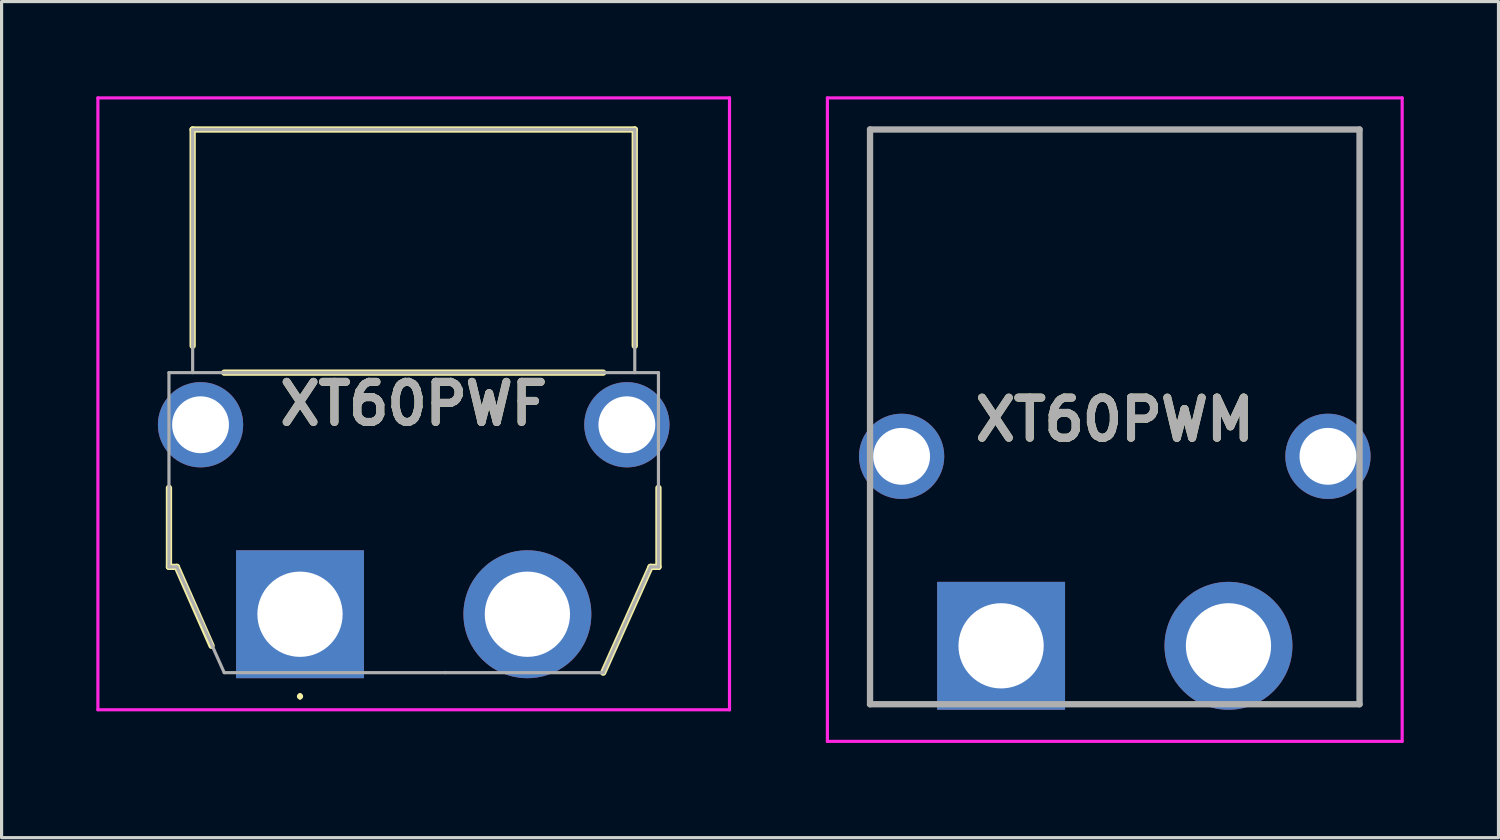
<source format=kicad_pcb>
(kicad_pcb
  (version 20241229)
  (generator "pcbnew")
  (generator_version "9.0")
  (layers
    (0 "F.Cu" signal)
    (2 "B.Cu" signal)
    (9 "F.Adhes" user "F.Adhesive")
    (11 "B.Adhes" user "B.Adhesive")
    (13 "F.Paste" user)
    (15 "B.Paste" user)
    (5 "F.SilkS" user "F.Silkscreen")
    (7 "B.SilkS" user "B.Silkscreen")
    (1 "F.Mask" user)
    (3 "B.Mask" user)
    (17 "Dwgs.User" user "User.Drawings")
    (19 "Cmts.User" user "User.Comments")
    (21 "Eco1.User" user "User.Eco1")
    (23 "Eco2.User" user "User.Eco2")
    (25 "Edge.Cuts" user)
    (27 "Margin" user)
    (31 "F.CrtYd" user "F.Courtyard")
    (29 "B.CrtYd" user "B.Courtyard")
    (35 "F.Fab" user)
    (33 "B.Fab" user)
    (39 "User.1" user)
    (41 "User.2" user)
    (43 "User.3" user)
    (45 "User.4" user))
  (footprint "XT60PWF"
    (layer "F.Cu")
    (at 6.45 16.4)
    (property "Reference" "XT60PWF" (at 3.6 -6.663 0) (layer "F.SilkS") (effects (font (size 1.27 1.27) (thickness 0.254))))
    (attr through_hole)
    (fp_line (start -4.15 -4) (end -4.15 -1.5) (stroke (width 0.2) (type solid)) (layer "F.SilkS"))
    (fp_line (start -4.15 -1.5) (end -3.9 -1.5) (stroke (width 0.2) (type solid)) (layer "F.SilkS"))
    (fp_line (start -3.9 -1.5) (end -2.8 1) (stroke (width 0.2) (type solid)) (layer "F.SilkS"))
    (fp_line (start -3.4 -15.35) (end -3.4 -8.5) (stroke (width 0.2) (type solid)) (layer "F.SilkS"))
    (fp_line (start 0 2.55) (end 0 2.55) (stroke (width 0.1) (type solid)) (layer "F.SilkS"))
    (fp_line (start 0 2.65) (end 0 2.65) (stroke (width 0.1) (type solid)) (layer "F.SilkS"))
    (fp_line (start 9.6 -7.65) (end -2.4 -7.65) (stroke (width 0.2) (type solid)) (layer "F.SilkS"))
    (fp_line (start 10.6 -15.35) (end -3.4 -15.35) (stroke (width 0.2) (type solid)) (layer "F.SilkS"))
    (fp_line (start 10.6 -8.5) (end 10.6 -15.35) (stroke (width 0.2) (type solid)) (layer "F.SilkS"))
    (fp_line (start 11.1 -1.5) (end 9.6 1.85) (stroke (width 0.2) (type solid)) (layer "F.SilkS"))
    (fp_line (start 11.35 -4) (end 11.35 -1.5) (stroke (width 0.2) (type solid)) (layer "F.SilkS"))
    (fp_line (start 11.35 -1.5) (end 11.1 -1.5) (stroke (width 0.2) (type solid)) (layer "F.SilkS"))
    (fp_arc (start 0 2.55) (mid 0.05 2.6) (end 0 2.65) (stroke (width 0.1) (type solid)) (layer "F.SilkS"))
    (fp_arc (start 0 2.65) (mid -0.05 2.6) (end 0 2.55) (stroke (width 0.1) (type solid)) (layer "F.SilkS"))
    (fp_line (start -6.4 -16.35) (end -6.4 3.025) (stroke (width 0.1) (type solid)) (layer "F.CrtYd"))
    (fp_line (start -6.4 3.025) (end 13.6 3.025) (stroke (width 0.1) (type solid)) (layer "F.CrtYd"))
    (fp_line (start 13.6 -16.35) (end -6.4 -16.35) (stroke (width 0.1) (type solid)) (layer "F.CrtYd"))
    (fp_line (start 13.6 3.025) (end 13.6 -16.35) (stroke (width 0.1) (type solid)) (layer "F.CrtYd"))
    (fp_line (start -4.15 -7.65) (end -4.15 -1.5) (stroke (width 0.1) (type solid)) (layer "F.Fab"))
    (fp_line (start -4.15 -1.5) (end -3.9 -1.5) (stroke (width 0.1) (type solid)) (layer "F.Fab"))
    (fp_line (start -3.9 -1.5) (end -2.4 1.85) (stroke (width 0.1) (type solid)) (layer "F.Fab"))
    (fp_line (start -3.4 -15.35) (end -3.4 -7.65) (stroke (width 0.1) (type solid)) (layer "F.Fab"))
    (fp_line (start -2.4 1.85) (end 4.6 1.85) (stroke (width 0.1) (type solid)) (layer "F.Fab"))
    (fp_line (start 4.6 1.85) (end 9.6 1.85) (stroke (width 0.1) (type solid)) (layer "F.Fab"))
    (fp_line (start 9.6 1.85) (end 11.1 -1.5) (stroke (width 0.1) (type solid)) (layer "F.Fab"))
    (fp_line (start 10.6 -15.35) (end -3.4 -15.35) (stroke (width 0.1) (type solid)) (layer "F.Fab"))
    (fp_line (start 10.6 -7.65) (end 10.6 -15.35) (stroke (width 0.1) (type solid)) (layer "F.Fab"))
    (fp_line (start 11.1 -1.5) (end 11.35 -1.5) (stroke (width 0.1) (type solid)) (layer "F.Fab"))
    (fp_line (start 11.35 -7.65) (end -4.15 -7.65) (stroke (width 0.1) (type solid)) (layer "F.Fab"))
    (fp_line (start 11.35 -5) (end 11.35 -7.65) (stroke (width 0.1) (type solid)) (layer "F.Fab"))
    (fp_line (start 11.35 -3.5) (end 11.35 -5) (stroke (width 0.1) (type solid)) (layer "F.Fab"))
    (fp_line (start 11.35 -1.5) (end 11.35 -3.5) (stroke (width 0.1) (type solid)) (layer "F.Fab"))
    (fp_text user "${REFERENCE}" (at 3.6 -6.663 0) (layer "F.Fab") (effects (font (size 1.27 1.27) (thickness 0.254))))
    (pad "1" thru_hole rect (at 0 0) (size 4.05 4.05) (drill 2.7) (layers "*.Cu" "*.Mask"))
    (pad "2" thru_hole circle (at 7.2 0) (size 4.05 4.05) (drill 2.7) (layers "*.Cu" "*.Mask"))
    (pad "3" thru_hole circle (at -3.15 -6) (size 2.7 2.7) (drill 1.8) (layers "*.Cu" "*.Mask"))
    (pad "4" thru_hole circle (at 10.35 -6) (size 2.7 2.7) (drill 1.8) (layers "*.Cu" "*.Mask")))
  (footprint "XT60PWM"
    (layer "F.Cu")
    (at 32.25 17.4)
    (property "Reference" "XT60PWM" (at 0 -7.163 0) (layer "F.SilkS") (effects (font (size 1.27 1.27) (thickness 0.254))))
    (attr through_hole)
    (fp_line (start -7.75 -16.35) (end 7.75 -16.35) (stroke (width 0.1) (type solid)) (layer "F.SilkS"))
    (fp_line (start -7.75 -7) (end -7.75 -16.35) (stroke (width 0.1) (type solid)) (layer "F.SilkS"))
    (fp_line (start -7.75 -3) (end -7.75 1.85) (stroke (width 0.1) (type solid)) (layer "F.SilkS"))
    (fp_line (start -7.75 1.85) (end -5.6 1.85) (stroke (width 0.1) (type solid)) (layer "F.SilkS"))
    (fp_line (start 5.4 1.85) (end 7.75 1.85) (stroke (width 0.1) (type solid)) (layer "F.SilkS"))
    (fp_line (start 7.75 -16.35) (end 7.75 -7) (stroke (width 0.1) (type solid)) (layer "F.SilkS"))
    (fp_line (start 7.75 1.85) (end 7.75 -3) (stroke (width 0.1) (type solid)) (layer "F.SilkS"))
    (fp_line (start -9.1 -17.35) (end 9.1 -17.35) (stroke (width 0.1) (type solid)) (layer "F.CrtYd"))
    (fp_line (start -9.1 3.025) (end -9.1 -17.35) (stroke (width 0.1) (type solid)) (layer "F.CrtYd"))
    (fp_line (start 9.1 -17.35) (end 9.1 3.025) (stroke (width 0.1) (type solid)) (layer "F.CrtYd"))
    (fp_line (start 9.1 3.025) (end -9.1 3.025) (stroke (width 0.1) (type solid)) (layer "F.CrtYd"))
    (fp_line (start -7.75 -16.35) (end 7.75 -16.35) (stroke (width 0.2) (type solid)) (layer "F.Fab"))
    (fp_line (start -7.75 1.85) (end -7.75 -16.35) (stroke (width 0.2) (type solid)) (layer "F.Fab"))
    (fp_line (start 7.75 -16.35) (end 7.75 1.85) (stroke (width 0.2) (type solid)) (layer "F.Fab"))
    (fp_line (start 7.75 1.85) (end -7.75 1.85) (stroke (width 0.2) (type solid)) (layer "F.Fab"))
    (fp_text user "${REFERENCE}" (at 0 -7.163 0) (layer "F.Fab") (effects (font (size 1.27 1.27) (thickness 0.254))))
    (pad "1" thru_hole rect (at -3.6 0) (size 4.05 4.05) (drill 2.7) (layers "*.Cu" "*.Mask"))
    (pad "2" thru_hole circle (at 3.6 0) (size 4.05 4.05) (drill 2.7) (layers "*.Cu" "*.Mask"))
    (pad "3" thru_hole circle (at 6.75 -6) (size 2.7 2.7) (drill 1.8) (layers "*.Cu" "*.Mask"))
    (pad "4" thru_hole circle (at -6.75 -6) (size 2.7 2.7) (drill 1.8) (layers "*.Cu" "*.Mask")))
  (gr_rect
    (start -3 -3)
    (end 44.4 23.475)
    (stroke (width 0.1) (type default))
    (fill no)
    (layer "Edge.Cuts")))
</source>
